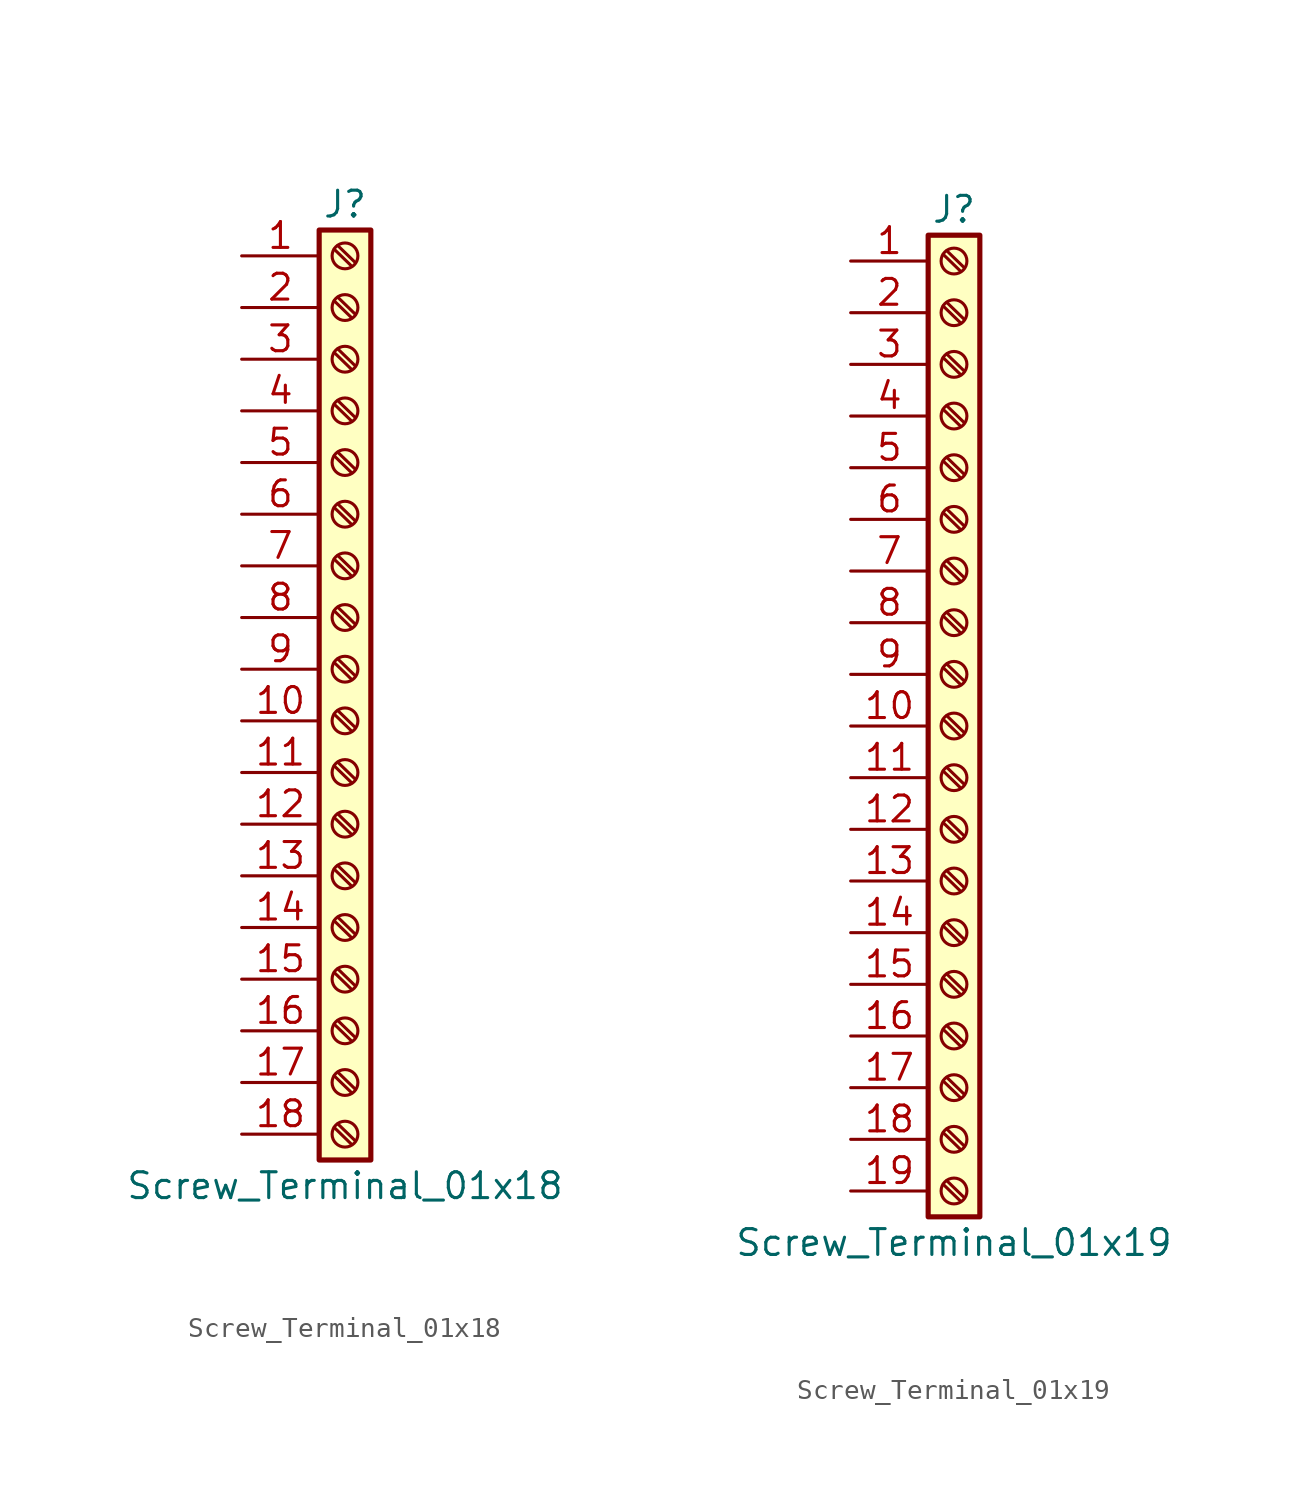
<source format=kicad_sym>
(kicad_symbol_lib
  (version 20241209)
  (generator "kicad_symbol_editor")
  (generator_version "9.0")
  (symbol "Screw_Terminal_01x18"
    (pin_names
      (offset 1.016)
      (hide yes))
    (property "Reference" "J"
      (at 0 22.86 0)
      (effects (font (size 1.27 1.27))))
    (property "Value" "Screw_Terminal_01x18"
      (at 0 -25.4 0)
      (effects (font (size 1.27 1.27))))
    (symbol "Screw_Terminal_01x18_1_1"
      (rectangle (start -1.27 21.59) (end 1.27 -24.13) (stroke (width 0.254) (type default)) (fill (type background)))
      (polyline (pts (xy -0.533 20.65) (xy 0.33 19.812)) (stroke (width 0.152) (type default)) (fill (type none)))
      (polyline (pts (xy -0.533 18.11) (xy 0.33 17.272)) (stroke (width 0.152) (type default)) (fill (type none)))
      (polyline (pts (xy -0.533 15.57) (xy 0.33 14.732)) (stroke (width 0.152) (type default)) (fill (type none)))
      (polyline (pts (xy -0.533 13.03) (xy 0.33 12.192)) (stroke (width 0.152) (type default)) (fill (type none)))
      (polyline (pts (xy -0.533 10.49) (xy 0.33 9.652)) (stroke (width 0.152) (type default)) (fill (type none)))
      (polyline (pts (xy -0.533 7.95) (xy 0.33 7.112)) (stroke (width 0.152) (type default)) (fill (type none)))
      (polyline (pts (xy -0.533 5.41) (xy 0.33 4.572)) (stroke (width 0.152) (type default)) (fill (type none)))
      (polyline (pts (xy -0.533 2.87) (xy 0.33 2.032)) (stroke (width 0.152) (type default)) (fill (type none)))
      (polyline (pts (xy -0.533 0.33) (xy 0.33 -0.508)) (stroke (width 0.152) (type default)) (fill (type none)))
      (polyline (pts (xy -0.533 -2.21) (xy 0.33 -3.048)) (stroke (width 0.152) (type default)) (fill (type none)))
      (polyline (pts (xy -0.533 -4.75) (xy 0.33 -5.588)) (stroke (width 0.152) (type default)) (fill (type none)))
      (polyline (pts (xy -0.533 -7.29) (xy 0.33 -8.128)) (stroke (width 0.152) (type default)) (fill (type none)))
      (polyline (pts (xy -0.533 -9.83) (xy 0.33 -10.668)) (stroke (width 0.152) (type default)) (fill (type none)))
      (polyline (pts (xy -0.533 -12.37) (xy 0.33 -13.208)) (stroke (width 0.152) (type default)) (fill (type none)))
      (polyline (pts (xy -0.533 -14.91) (xy 0.33 -15.748)) (stroke (width 0.152) (type default)) (fill (type none)))
      (polyline (pts (xy -0.533 -17.45) (xy 0.33 -18.288)) (stroke (width 0.152) (type default)) (fill (type none)))
      (polyline (pts (xy -0.533 -19.99) (xy 0.33 -20.828)) (stroke (width 0.152) (type default)) (fill (type none)))
      (polyline (pts (xy -0.533 -22.53) (xy 0.33 -23.368)) (stroke (width 0.152) (type default)) (fill (type none)))
      (polyline (pts (xy -0.356 20.828) (xy 0.508 19.99)) (stroke (width 0.152) (type default)) (fill (type none)))
      (polyline (pts (xy -0.356 18.288) (xy 0.508 17.45)) (stroke (width 0.152) (type default)) (fill (type none)))
      (polyline (pts (xy -0.356 15.748) (xy 0.508 14.91)) (stroke (width 0.152) (type default)) (fill (type none)))
      (polyline (pts (xy -0.356 13.208) (xy 0.508 12.37)) (stroke (width 0.152) (type default)) (fill (type none)))
      (polyline (pts (xy -0.356 10.668) (xy 0.508 9.83)) (stroke (width 0.152) (type default)) (fill (type none)))
      (polyline (pts (xy -0.356 8.128) (xy 0.508 7.29)) (stroke (width 0.152) (type default)) (fill (type none)))
      (polyline (pts (xy -0.356 5.588) (xy 0.508 4.75)) (stroke (width 0.152) (type default)) (fill (type none)))
      (polyline (pts (xy -0.356 3.048) (xy 0.508 2.21)) (stroke (width 0.152) (type default)) (fill (type none)))
      (polyline (pts (xy -0.356 0.508) (xy 0.508 -0.33)) (stroke (width 0.152) (type default)) (fill (type none)))
      (polyline (pts (xy -0.356 -2.032) (xy 0.508 -2.87)) (stroke (width 0.152) (type default)) (fill (type none)))
      (polyline (pts (xy -0.356 -4.572) (xy 0.508 -5.41)) (stroke (width 0.152) (type default)) (fill (type none)))
      (polyline (pts (xy -0.356 -7.112) (xy 0.508 -7.95)) (stroke (width 0.152) (type default)) (fill (type none)))
      (polyline (pts (xy -0.356 -9.652) (xy 0.508 -10.49)) (stroke (width 0.152) (type default)) (fill (type none)))
      (polyline (pts (xy -0.356 -12.192) (xy 0.508 -13.03)) (stroke (width 0.152) (type default)) (fill (type none)))
      (polyline (pts (xy -0.356 -14.732) (xy 0.508 -15.57)) (stroke (width 0.152) (type default)) (fill (type none)))
      (polyline (pts (xy -0.356 -17.272) (xy 0.508 -18.11)) (stroke (width 0.152) (type default)) (fill (type none)))
      (polyline (pts (xy -0.356 -19.812) (xy 0.508 -20.65)) (stroke (width 0.152) (type default)) (fill (type none)))
      (polyline (pts (xy -0.356 -22.352) (xy 0.508 -23.19)) (stroke (width 0.152) (type default)) (fill (type none)))
      (circle (center 0 20.32) (radius 0.635) (stroke (width 0.152) (type default)) (fill (type none)))
      (circle (center 0 17.78) (radius 0.635) (stroke (width 0.152) (type default)) (fill (type none)))
      (circle (center 0 15.24) (radius 0.635) (stroke (width 0.152) (type default)) (fill (type none)))
      (circle (center 0 12.7) (radius 0.635) (stroke (width 0.152) (type default)) (fill (type none)))
      (circle (center 0 10.16) (radius 0.635) (stroke (width 0.152) (type default)) (fill (type none)))
      (circle (center 0 7.62) (radius 0.635) (stroke (width 0.152) (type default)) (fill (type none)))
      (circle (center 0 5.08) (radius 0.635) (stroke (width 0.152) (type default)) (fill (type none)))
      (circle (center 0 2.54) (radius 0.635) (stroke (width 0.152) (type default)) (fill (type none)))
      (circle (center 0 0) (radius 0.635) (stroke (width 0.152) (type default)) (fill (type none)))
      (circle (center 0 -2.54) (radius 0.635) (stroke (width 0.152) (type default)) (fill (type none)))
      (circle (center 0 -5.08) (radius 0.635) (stroke (width 0.152) (type default)) (fill (type none)))
      (circle (center 0 -7.62) (radius 0.635) (stroke (width 0.152) (type default)) (fill (type none)))
      (circle (center 0 -10.16) (radius 0.635) (stroke (width 0.152) (type default)) (fill (type none)))
      (circle (center 0 -12.7) (radius 0.635) (stroke (width 0.152) (type default)) (fill (type none)))
      (circle (center 0 -15.24) (radius 0.635) (stroke (width 0.152) (type default)) (fill (type none)))
      (circle (center 0 -17.78) (radius 0.635) (stroke (width 0.152) (type default)) (fill (type none)))
      (circle (center 0 -20.32) (radius 0.635) (stroke (width 0.152) (type default)) (fill (type none)))
      (circle (center 0 -22.86) (radius 0.635) (stroke (width 0.152) (type default)) (fill (type none)))
      (pin passive line (at -5.08 20.32 0) (length 3.81) (name "Pin_1" (effects (font (size 1.27 1.27)))) (number "1" (effects (font (size 1.27 1.27)))))
      (pin passive line (at -5.08 17.78 0) (length 3.81) (name "Pin_2" (effects (font (size 1.27 1.27)))) (number "2" (effects (font (size 1.27 1.27)))))
      (pin passive line (at -5.08 15.24 0) (length 3.81) (name "Pin_3" (effects (font (size 1.27 1.27)))) (number "3" (effects (font (size 1.27 1.27)))))
      (pin passive line (at -5.08 12.7 0) (length 3.81) (name "Pin_4" (effects (font (size 1.27 1.27)))) (number "4" (effects (font (size 1.27 1.27)))))
      (pin passive line (at -5.08 10.16 0) (length 3.81) (name "Pin_5" (effects (font (size 1.27 1.27)))) (number "5" (effects (font (size 1.27 1.27)))))
      (pin passive line (at -5.08 7.62 0) (length 3.81) (name "Pin_6" (effects (font (size 1.27 1.27)))) (number "6" (effects (font (size 1.27 1.27)))))
      (pin passive line (at -5.08 5.08 0) (length 3.81) (name "Pin_7" (effects (font (size 1.27 1.27)))) (number "7" (effects (font (size 1.27 1.27)))))
      (pin passive line (at -5.08 2.54 0) (length 3.81) (name "Pin_8" (effects (font (size 1.27 1.27)))) (number "8" (effects (font (size 1.27 1.27)))))
      (pin passive line (at -5.08 0 0) (length 3.81) (name "Pin_9" (effects (font (size 1.27 1.27)))) (number "9" (effects (font (size 1.27 1.27)))))
      (pin passive line (at -5.08 -2.54 0) (length 3.81) (name "Pin_10" (effects (font (size 1.27 1.27)))) (number "10" (effects (font (size 1.27 1.27)))))
      (pin passive line (at -5.08 -5.08 0) (length 3.81) (name "Pin_11" (effects (font (size 1.27 1.27)))) (number "11" (effects (font (size 1.27 1.27)))))
      (pin passive line (at -5.08 -7.62 0) (length 3.81) (name "Pin_12" (effects (font (size 1.27 1.27)))) (number "12" (effects (font (size 1.27 1.27)))))
      (pin passive line (at -5.08 -10.16 0) (length 3.81) (name "Pin_13" (effects (font (size 1.27 1.27)))) (number "13" (effects (font (size 1.27 1.27)))))
      (pin passive line (at -5.08 -12.7 0) (length 3.81) (name "Pin_14" (effects (font (size 1.27 1.27)))) (number "14" (effects (font (size 1.27 1.27)))))
      (pin passive line (at -5.08 -15.24 0) (length 3.81) (name "Pin_15" (effects (font (size 1.27 1.27)))) (number "15" (effects (font (size 1.27 1.27)))))
      (pin passive line (at -5.08 -17.78 0) (length 3.81) (name "Pin_16" (effects (font (size 1.27 1.27)))) (number "16" (effects (font (size 1.27 1.27)))))
      (pin passive line (at -5.08 -20.32 0) (length 3.81) (name "Pin_17" (effects (font (size 1.27 1.27)))) (number "17" (effects (font (size 1.27 1.27)))))
      (pin passive line (at -5.08 -22.86 0) (length 3.81) (name "Pin_18" (effects (font (size 1.27 1.27)))) (number "18" (effects (font (size 1.27 1.27)))))))
  (symbol "Screw_Terminal_01x19"
    (pin_names
      (offset 1.016)
      (hide yes))
    (property "Reference" "J"
      (at 0 25.4 0)
      (effects (font (size 1.27 1.27))))
    (property "Value" "Screw_Terminal_01x19"
      (at 0 -25.4 0)
      (effects (font (size 1.27 1.27))))
    (symbol "Screw_Terminal_01x19_1_1"
      (rectangle (start -1.27 24.13) (end 1.27 -24.13) (stroke (width 0.254) (type default)) (fill (type background)))
      (polyline (pts (xy -0.533 23.19) (xy 0.33 22.352)) (stroke (width 0.152) (type default)) (fill (type none)))
      (polyline (pts (xy -0.533 20.65) (xy 0.33 19.812)) (stroke (width 0.152) (type default)) (fill (type none)))
      (polyline (pts (xy -0.533 18.11) (xy 0.33 17.272)) (stroke (width 0.152) (type default)) (fill (type none)))
      (polyline (pts (xy -0.533 15.57) (xy 0.33 14.732)) (stroke (width 0.152) (type default)) (fill (type none)))
      (polyline (pts (xy -0.533 13.03) (xy 0.33 12.192)) (stroke (width 0.152) (type default)) (fill (type none)))
      (polyline (pts (xy -0.533 10.49) (xy 0.33 9.652)) (stroke (width 0.152) (type default)) (fill (type none)))
      (polyline (pts (xy -0.533 7.95) (xy 0.33 7.112)) (stroke (width 0.152) (type default)) (fill (type none)))
      (polyline (pts (xy -0.533 5.41) (xy 0.33 4.572)) (stroke (width 0.152) (type default)) (fill (type none)))
      (polyline (pts (xy -0.533 2.87) (xy 0.33 2.032)) (stroke (width 0.152) (type default)) (fill (type none)))
      (polyline (pts (xy -0.533 0.33) (xy 0.33 -0.508)) (stroke (width 0.152) (type default)) (fill (type none)))
      (polyline (pts (xy -0.533 -2.21) (xy 0.33 -3.048)) (stroke (width 0.152) (type default)) (fill (type none)))
      (polyline (pts (xy -0.533 -4.75) (xy 0.33 -5.588)) (stroke (width 0.152) (type default)) (fill (type none)))
      (polyline (pts (xy -0.533 -7.29) (xy 0.33 -8.128)) (stroke (width 0.152) (type default)) (fill (type none)))
      (polyline (pts (xy -0.533 -9.83) (xy 0.33 -10.668)) (stroke (width 0.152) (type default)) (fill (type none)))
      (polyline (pts (xy -0.533 -12.37) (xy 0.33 -13.208)) (stroke (width 0.152) (type default)) (fill (type none)))
      (polyline (pts (xy -0.533 -14.91) (xy 0.33 -15.748)) (stroke (width 0.152) (type default)) (fill (type none)))
      (polyline (pts (xy -0.533 -17.45) (xy 0.33 -18.288)) (stroke (width 0.152) (type default)) (fill (type none)))
      (polyline (pts (xy -0.533 -19.99) (xy 0.33 -20.828)) (stroke (width 0.152) (type default)) (fill (type none)))
      (polyline (pts (xy -0.533 -22.53) (xy 0.33 -23.368)) (stroke (width 0.152) (type default)) (fill (type none)))
      (polyline (pts (xy -0.356 23.368) (xy 0.508 22.53)) (stroke (width 0.152) (type default)) (fill (type none)))
      (polyline (pts (xy -0.356 20.828) (xy 0.508 19.99)) (stroke (width 0.152) (type default)) (fill (type none)))
      (polyline (pts (xy -0.356 18.288) (xy 0.508 17.45)) (stroke (width 0.152) (type default)) (fill (type none)))
      (polyline (pts (xy -0.356 15.748) (xy 0.508 14.91)) (stroke (width 0.152) (type default)) (fill (type none)))
      (polyline (pts (xy -0.356 13.208) (xy 0.508 12.37)) (stroke (width 0.152) (type default)) (fill (type none)))
      (polyline (pts (xy -0.356 10.668) (xy 0.508 9.83)) (stroke (width 0.152) (type default)) (fill (type none)))
      (polyline (pts (xy -0.356 8.128) (xy 0.508 7.29)) (stroke (width 0.152) (type default)) (fill (type none)))
      (polyline (pts (xy -0.356 5.588) (xy 0.508 4.75)) (stroke (width 0.152) (type default)) (fill (type none)))
      (polyline (pts (xy -0.356 3.048) (xy 0.508 2.21)) (stroke (width 0.152) (type default)) (fill (type none)))
      (polyline (pts (xy -0.356 0.508) (xy 0.508 -0.33)) (stroke (width 0.152) (type default)) (fill (type none)))
      (polyline (pts (xy -0.356 -2.032) (xy 0.508 -2.87)) (stroke (width 0.152) (type default)) (fill (type none)))
      (polyline (pts (xy -0.356 -4.572) (xy 0.508 -5.41)) (stroke (width 0.152) (type default)) (fill (type none)))
      (polyline (pts (xy -0.356 -7.112) (xy 0.508 -7.95)) (stroke (width 0.152) (type default)) (fill (type none)))
      (polyline (pts (xy -0.356 -9.652) (xy 0.508 -10.49)) (stroke (width 0.152) (type default)) (fill (type none)))
      (polyline (pts (xy -0.356 -12.192) (xy 0.508 -13.03)) (stroke (width 0.152) (type default)) (fill (type none)))
      (polyline (pts (xy -0.356 -14.732) (xy 0.508 -15.57)) (stroke (width 0.152) (type default)) (fill (type none)))
      (polyline (pts (xy -0.356 -17.272) (xy 0.508 -18.11)) (stroke (width 0.152) (type default)) (fill (type none)))
      (polyline (pts (xy -0.356 -19.812) (xy 0.508 -20.65)) (stroke (width 0.152) (type default)) (fill (type none)))
      (polyline (pts (xy -0.356 -22.352) (xy 0.508 -23.19)) (stroke (width 0.152) (type default)) (fill (type none)))
      (circle (center 0 22.86) (radius 0.635) (stroke (width 0.152) (type default)) (fill (type none)))
      (circle (center 0 20.32) (radius 0.635) (stroke (width 0.152) (type default)) (fill (type none)))
      (circle (center 0 17.78) (radius 0.635) (stroke (width 0.152) (type default)) (fill (type none)))
      (circle (center 0 15.24) (radius 0.635) (stroke (width 0.152) (type default)) (fill (type none)))
      (circle (center 0 12.7) (radius 0.635) (stroke (width 0.152) (type default)) (fill (type none)))
      (circle (center 0 10.16) (radius 0.635) (stroke (width 0.152) (type default)) (fill (type none)))
      (circle (center 0 7.62) (radius 0.635) (stroke (width 0.152) (type default)) (fill (type none)))
      (circle (center 0 5.08) (radius 0.635) (stroke (width 0.152) (type default)) (fill (type none)))
      (circle (center 0 2.54) (radius 0.635) (stroke (width 0.152) (type default)) (fill (type none)))
      (circle (center 0 0) (radius 0.635) (stroke (width 0.152) (type default)) (fill (type none)))
      (circle (center 0 -2.54) (radius 0.635) (stroke (width 0.152) (type default)) (fill (type none)))
      (circle (center 0 -5.08) (radius 0.635) (stroke (width 0.152) (type default)) (fill (type none)))
      (circle (center 0 -7.62) (radius 0.635) (stroke (width 0.152) (type default)) (fill (type none)))
      (circle (center 0 -10.16) (radius 0.635) (stroke (width 0.152) (type default)) (fill (type none)))
      (circle (center 0 -12.7) (radius 0.635) (stroke (width 0.152) (type default)) (fill (type none)))
      (circle (center 0 -15.24) (radius 0.635) (stroke (width 0.152) (type default)) (fill (type none)))
      (circle (center 0 -17.78) (radius 0.635) (stroke (width 0.152) (type default)) (fill (type none)))
      (circle (center 0 -20.32) (radius 0.635) (stroke (width 0.152) (type default)) (fill (type none)))
      (circle (center 0 -22.86) (radius 0.635) (stroke (width 0.152) (type default)) (fill (type none)))
      (pin passive line (at -5.08 22.86 0) (length 3.81) (name "Pin_1" (effects (font (size 1.27 1.27)))) (number "1" (effects (font (size 1.27 1.27)))))
      (pin passive line (at -5.08 20.32 0) (length 3.81) (name "Pin_2" (effects (font (size 1.27 1.27)))) (number "2" (effects (font (size 1.27 1.27)))))
      (pin passive line (at -5.08 17.78 0) (length 3.81) (name "Pin_3" (effects (font (size 1.27 1.27)))) (number "3" (effects (font (size 1.27 1.27)))))
      (pin passive line (at -5.08 15.24 0) (length 3.81) (name "Pin_4" (effects (font (size 1.27 1.27)))) (number "4" (effects (font (size 1.27 1.27)))))
      (pin passive line (at -5.08 12.7 0) (length 3.81) (name "Pin_5" (effects (font (size 1.27 1.27)))) (number "5" (effects (font (size 1.27 1.27)))))
      (pin passive line (at -5.08 10.16 0) (length 3.81) (name "Pin_6" (effects (font (size 1.27 1.27)))) (number "6" (effects (font (size 1.27 1.27)))))
      (pin passive line (at -5.08 7.62 0) (length 3.81) (name "Pin_7" (effects (font (size 1.27 1.27)))) (number "7" (effects (font (size 1.27 1.27)))))
      (pin passive line (at -5.08 5.08 0) (length 3.81) (name "Pin_8" (effects (font (size 1.27 1.27)))) (number "8" (effects (font (size 1.27 1.27)))))
      (pin passive line (at -5.08 2.54 0) (length 3.81) (name "Pin_9" (effects (font (size 1.27 1.27)))) (number "9" (effects (font (size 1.27 1.27)))))
      (pin passive line (at -5.08 0 0) (length 3.81) (name "Pin_10" (effects (font (size 1.27 1.27)))) (number "10" (effects (font (size 1.27 1.27)))))
      (pin passive line (at -5.08 -2.54 0) (length 3.81) (name "Pin_11" (effects (font (size 1.27 1.27)))) (number "11" (effects (font (size 1.27 1.27)))))
      (pin passive line (at -5.08 -5.08 0) (length 3.81) (name "Pin_12" (effects (font (size 1.27 1.27)))) (number "12" (effects (font (size 1.27 1.27)))))
      (pin passive line (at -5.08 -7.62 0) (length 3.81) (name "Pin_13" (effects (font (size 1.27 1.27)))) (number "13" (effects (font (size 1.27 1.27)))))
      (pin passive line (at -5.08 -10.16 0) (length 3.81) (name "Pin_14" (effects (font (size 1.27 1.27)))) (number "14" (effects (font (size 1.27 1.27)))))
      (pin passive line (at -5.08 -12.7 0) (length 3.81) (name "Pin_15" (effects (font (size 1.27 1.27)))) (number "15" (effects (font (size 1.27 1.27)))))
      (pin passive line (at -5.08 -15.24 0) (length 3.81) (name "Pin_16" (effects (font (size 1.27 1.27)))) (number "16" (effects (font (size 1.27 1.27)))))
      (pin passive line (at -5.08 -17.78 0) (length 3.81) (name "Pin_17" (effects (font (size 1.27 1.27)))) (number "17" (effects (font (size 1.27 1.27)))))
      (pin passive line (at -5.08 -20.32 0) (length 3.81) (name "Pin_18" (effects (font (size 1.27 1.27)))) (number "18" (effects (font (size 1.27 1.27)))))
      (pin passive line (at -5.08 -22.86 0) (length 3.81) (name "Pin_19" (effects (font (size 1.27 1.27)))) (number "19" (effects (font (size 1.27 1.27))))))))
</source>
